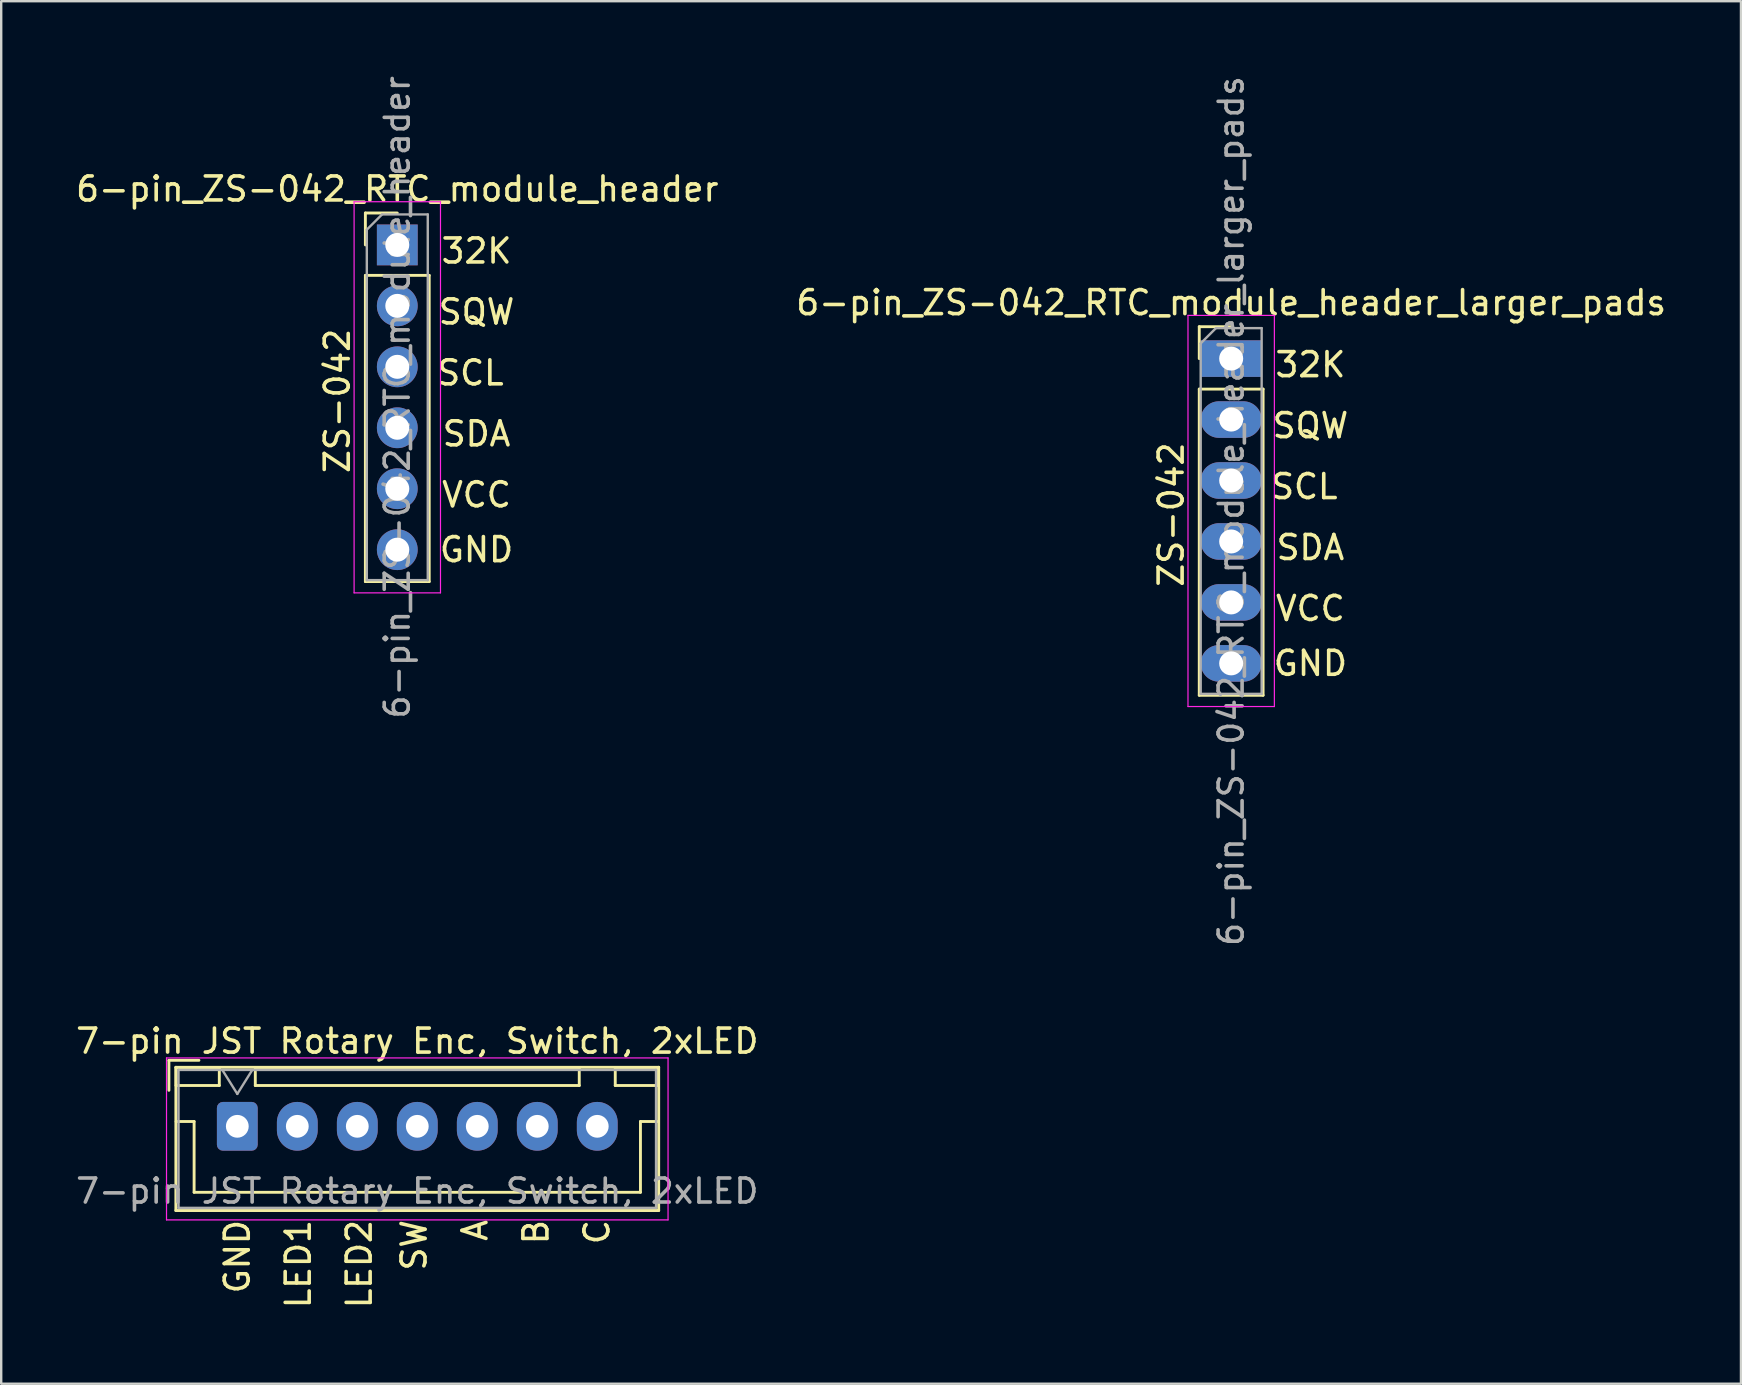
<source format=kicad_pcb>
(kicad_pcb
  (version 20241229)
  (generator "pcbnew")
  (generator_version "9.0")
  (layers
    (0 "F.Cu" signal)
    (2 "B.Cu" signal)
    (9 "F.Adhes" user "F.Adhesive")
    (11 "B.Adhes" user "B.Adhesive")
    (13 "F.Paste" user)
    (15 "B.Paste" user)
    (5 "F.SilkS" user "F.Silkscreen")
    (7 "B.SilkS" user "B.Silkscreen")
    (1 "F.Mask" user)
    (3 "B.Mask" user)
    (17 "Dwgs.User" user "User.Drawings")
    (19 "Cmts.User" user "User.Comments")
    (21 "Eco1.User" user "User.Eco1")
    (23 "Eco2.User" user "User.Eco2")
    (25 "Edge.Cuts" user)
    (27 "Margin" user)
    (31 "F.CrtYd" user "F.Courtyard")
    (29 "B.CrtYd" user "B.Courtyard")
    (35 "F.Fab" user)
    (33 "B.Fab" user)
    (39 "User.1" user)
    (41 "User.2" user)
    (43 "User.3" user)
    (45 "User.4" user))
  (footprint "7-pin JST Rotary Enc, Switch, 2xLED"
    (layer "F.Cu")
    (at 6.839 43.886)
    (property "Reference" "7-pin JST Rotary Enc, Switch, 2xLED" (at 7.5 -3.55 0) (layer "F.SilkS") (effects (font (size 1 1) (thickness 0.15))))
    (attr through_hole)
    (fp_line (start -2.85 -2.75) (end -2.85 -1.5) (stroke (width 0.12) (type solid)) (layer "F.SilkS"))
    (fp_line (start -2.56 -2.46) (end -2.56 3.51) (stroke (width 0.12) (type solid)) (layer "F.SilkS"))
    (fp_line (start -2.56 3.51) (end 17.56 3.51) (stroke (width 0.12) (type solid)) (layer "F.SilkS"))
    (fp_line (start -2.55 -2.45) (end -2.55 -1.7) (stroke (width 0.12) (type solid)) (layer "F.SilkS"))
    (fp_line (start -2.55 -1.7) (end -0.75 -1.7) (stroke (width 0.12) (type solid)) (layer "F.SilkS"))
    (fp_line (start -2.55 -0.2) (end -1.8 -0.2) (stroke (width 0.12) (type solid)) (layer "F.SilkS"))
    (fp_line (start -1.8 -0.2) (end -1.8 2.75) (stroke (width 0.12) (type solid)) (layer "F.SilkS"))
    (fp_line (start -1.8 2.75) (end 7.5 2.75) (stroke (width 0.12) (type solid)) (layer "F.SilkS"))
    (fp_line (start -1.6 -2.75) (end -2.85 -2.75) (stroke (width 0.12) (type solid)) (layer "F.SilkS"))
    (fp_line (start -0.75 -2.45) (end -2.55 -2.45) (stroke (width 0.12) (type solid)) (layer "F.SilkS"))
    (fp_line (start -0.75 -1.7) (end -0.75 -2.45) (stroke (width 0.12) (type solid)) (layer "F.SilkS"))
    (fp_line (start 0.75 -2.45) (end 0.75 -1.7) (stroke (width 0.12) (type solid)) (layer "F.SilkS"))
    (fp_line (start 0.75 -1.7) (end 14.25 -1.7) (stroke (width 0.12) (type solid)) (layer "F.SilkS"))
    (fp_line (start 14.25 -2.45) (end 0.75 -2.45) (stroke (width 0.12) (type solid)) (layer "F.SilkS"))
    (fp_line (start 14.25 -1.7) (end 14.25 -2.45) (stroke (width 0.12) (type solid)) (layer "F.SilkS"))
    (fp_line (start 15.75 -2.45) (end 15.75 -1.7) (stroke (width 0.12) (type solid)) (layer "F.SilkS"))
    (fp_line (start 15.75 -1.7) (end 17.55 -1.7) (stroke (width 0.12) (type solid)) (layer "F.SilkS"))
    (fp_line (start 16.8 -0.2) (end 16.8 2.75) (stroke (width 0.12) (type solid)) (layer "F.SilkS"))
    (fp_line (start 16.8 2.75) (end 7.5 2.75) (stroke (width 0.12) (type solid)) (layer "F.SilkS"))
    (fp_line (start 17.55 -2.45) (end 15.75 -2.45) (stroke (width 0.12) (type solid)) (layer "F.SilkS"))
    (fp_line (start 17.55 -1.7) (end 17.55 -2.45) (stroke (width 0.12) (type solid)) (layer "F.SilkS"))
    (fp_line (start 17.55 -0.2) (end 16.8 -0.2) (stroke (width 0.12) (type solid)) (layer "F.SilkS"))
    (fp_line (start 17.56 -2.46) (end -2.56 -2.46) (stroke (width 0.12) (type solid)) (layer "F.SilkS"))
    (fp_line (start 17.56 3.51) (end 17.56 -2.46) (stroke (width 0.12) (type solid)) (layer "F.SilkS"))
    (fp_line (start -2.95 -2.85) (end -2.95 3.9) (stroke (width 0.05) (type solid)) (layer "F.CrtYd"))
    (fp_line (start -2.95 3.9) (end 17.95 3.9) (stroke (width 0.05) (type solid)) (layer "F.CrtYd"))
    (fp_line (start 17.95 -2.85) (end -2.95 -2.85) (stroke (width 0.05) (type solid)) (layer "F.CrtYd"))
    (fp_line (start 17.95 3.9) (end 17.95 -2.85) (stroke (width 0.05) (type solid)) (layer "F.CrtYd"))
    (fp_line (start -2.45 -2.35) (end -2.45 3.4) (stroke (width 0.1) (type solid)) (layer "F.Fab"))
    (fp_line (start -2.45 3.4) (end 17.45 3.4) (stroke (width 0.1) (type solid)) (layer "F.Fab"))
    (fp_line (start -0.625 -2.35) (end 0 -1.35) (stroke (width 0.1) (type solid)) (layer "F.Fab"))
    (fp_line (start 0 -1.35) (end 0.625 -2.35) (stroke (width 0.1) (type solid)) (layer "F.Fab"))
    (fp_line (start 17.45 -2.35) (end -2.45 -2.35) (stroke (width 0.1) (type solid)) (layer "F.Fab"))
    (fp_line (start 17.45 3.4) (end 17.45 -2.35) (stroke (width 0.1) (type solid)) (layer "F.Fab"))
    (fp_text user "SW" (at 7.366 3.81 90) (unlocked yes) (layer "F.SilkS") (effects (font (size 1 1) (thickness 0.15)) (justify right)))
    (fp_text user "C" (at 14.986 3.81 90) (unlocked yes) (layer "F.SilkS") (effects (font (size 1 1) (thickness 0.15)) (justify right)))
    (fp_text user "A" (at 9.906 3.81 90) (unlocked yes) (layer "F.SilkS") (effects (font (size 1 1) (thickness 0.15)) (justify right)))
    (fp_text user "GND" (at 0 3.81 90) (unlocked yes) (layer "F.SilkS") (effects (font (size 1 1) (thickness 0.15)) (justify right)))
    (fp_text user "B" (at 12.446 3.81 90) (unlocked yes) (layer "F.SilkS") (effects (font (size 1 1) (thickness 0.15)) (justify right)))
    (fp_text user "LED2" (at 5.08 3.81 90) (unlocked yes) (layer "F.SilkS") (effects (font (size 1 1) (thickness 0.15)) (justify right)))
    (fp_text user "LED1" (at 2.54 3.81 90) (unlocked yes) (layer "F.SilkS") (effects (font (size 1 1) (thickness 0.15)) (justify right)))
    (fp_text user "${REFERENCE}" (at 7.5 2.7 0) (layer "F.Fab") (effects (font (size 1 1) (thickness 0.15))))
    (pad "1" thru_hole roundrect (at 0 0) (size 1.7 2.032) (drill 0.95) (layers "*.Cu" "*.Mask") (roundrect_rratio 0.147))
    (pad "2" thru_hole oval (at 2.5 0) (size 1.7 2.032) (drill 0.95) (layers "*.Cu" "*.Mask"))
    (pad "3" thru_hole oval (at 5 0) (size 1.7 2.032) (drill 0.95) (layers "*.Cu" "*.Mask"))
    (pad "4" thru_hole oval (at 7.5 0) (size 1.7 2.032) (drill 0.95) (layers "*.Cu" "*.Mask"))
    (pad "A" thru_hole oval (at 10 0) (size 1.7 2.032) (drill 0.95) (layers "*.Cu" "*.Mask"))
    (pad "B" thru_hole oval (at 12.5 0) (size 1.7 2.032) (drill 0.95) (layers "*.Cu" "*.Mask"))
    (pad "C" thru_hole oval (at 15 0) (size 1.7 2.032) (drill 0.95) (layers "*.Cu" "*.Mask")))
  (footprint "6-pin_ZS-042_RTC_module_header"
    (layer "F.Cu")
    (at 13.506 7.156)
    (property "Reference" "6-pin_ZS-042_RTC_module_header" (at 0 -2.33 0) (layer "F.SilkS") (effects (font (size 1 1) (thickness 0.15))))
    (attr through_hole)
    (fp_line (start -1.33 -1.33) (end 0 -1.33) (stroke (width 0.12) (type solid)) (layer "F.SilkS"))
    (fp_line (start -1.33 0) (end -1.33 -1.33) (stroke (width 0.12) (type solid)) (layer "F.SilkS"))
    (fp_line (start -1.33 1.27) (end -1.33 14.03) (stroke (width 0.12) (type solid)) (layer "F.SilkS"))
    (fp_line (start -1.33 1.27) (end 1.33 1.27) (stroke (width 0.12) (type solid)) (layer "F.SilkS"))
    (fp_line (start -1.33 14.03) (end 1.33 14.03) (stroke (width 0.12) (type solid)) (layer "F.SilkS"))
    (fp_line (start 1.33 1.27) (end 1.33 14.03) (stroke (width 0.12) (type solid)) (layer "F.SilkS"))
    (fp_line (start -1.8 -1.8) (end -1.8 14.5) (stroke (width 0.05) (type solid)) (layer "F.CrtYd"))
    (fp_line (start -1.8 14.5) (end 1.8 14.5) (stroke (width 0.05) (type solid)) (layer "F.CrtYd"))
    (fp_line (start 1.8 -1.8) (end -1.8 -1.8) (stroke (width 0.05) (type solid)) (layer "F.CrtYd"))
    (fp_line (start 1.8 14.5) (end 1.8 -1.8) (stroke (width 0.05) (type solid)) (layer "F.CrtYd"))
    (fp_line (start -1.27 -0.635) (end -0.635 -1.27) (stroke (width 0.1) (type solid)) (layer "F.Fab"))
    (fp_line (start -1.27 13.97) (end -1.27 -0.635) (stroke (width 0.1) (type solid)) (layer "F.Fab"))
    (fp_line (start -0.635 -1.27) (end 1.27 -1.27) (stroke (width 0.1) (type solid)) (layer "F.Fab"))
    (fp_line (start 1.27 -1.27) (end 1.27 13.97) (stroke (width 0.1) (type solid)) (layer "F.Fab"))
    (fp_line (start 1.27 13.97) (end -1.27 13.97) (stroke (width 0.1) (type solid)) (layer "F.Fab"))
    (fp_text user "SDA" (at 3.302 7.874 0) (layer "F.SilkS") (effects (font (size 1 1) (thickness 0.15))))
    (fp_text user "GND" (at 3.302 12.7 0) (layer "F.SilkS") (effects (font (size 1 1) (thickness 0.15))))
    (fp_text user "VCC" (at 3.302 10.414 0) (layer "F.SilkS") (effects (font (size 1 1) (thickness 0.15))))
    (fp_text user "SCL" (at 3.048 5.334 0) (layer "F.SilkS") (effects (font (size 1 1) (thickness 0.15))))
    (fp_text user "ZS-042" (at -2.5 6.5 90) (layer "F.SilkS") (effects (font (size 1 1) (thickness 0.15))))
    (fp_text user "32K" (at 3.302 0.254 0) (layer "F.SilkS") (effects (font (size 1 1) (thickness 0.15))))
    (fp_text user "SQW" (at 3.302 2.794 0) (layer "F.SilkS") (effects (font (size 1 1) (thickness 0.15))))
    (fp_text user "${REFERENCE}" (at 0 6.35 90) (layer "F.Fab") (effects (font (size 1 1) (thickness 0.15))))
    (pad "1" thru_hole oval (at 0 5.08) (size 1.7 1.7) (drill 1) (layers "*.Cu" "*.Mask"))
    (pad "2" thru_hole oval (at 0 7.62) (size 1.7 1.7) (drill 1) (layers "*.Cu" "*.Mask"))
    (pad "3" thru_hole oval (at 0 10.16) (size 1.7 1.7) (drill 1) (layers "*.Cu" "*.Mask"))
    (pad "4" thru_hole oval (at 0 12.7) (size 1.7 1.7) (drill 1) (layers "*.Cu" "*.Mask"))
    (pad "5" thru_hole rect (at 0 0) (size 1.7 1.7) (drill 1) (layers "*.Cu" "*.Mask"))
    (pad "6" thru_hole oval (at 0 2.54) (size 1.7 1.7) (drill 1) (layers "*.Cu" "*.Mask")))
  (footprint "6-pin_ZS-042_RTC_module_header_larger_pads"
    (layer "F.Cu")
    (at 48.256 11.894)
    (property "Reference" "6-pin_ZS-042_RTC_module_header_larger_pads" (at 0 -2.33 0) (layer "F.SilkS") (effects (font (size 1 1) (thickness 0.15))))
    (attr through_hole)
    (fp_line (start -1.33 -1.33) (end 0 -1.33) (stroke (width 0.12) (type solid)) (layer "F.SilkS"))
    (fp_line (start -1.33 0) (end -1.33 -1.33) (stroke (width 0.12) (type solid)) (layer "F.SilkS"))
    (fp_line (start -1.33 1.27) (end -1.33 14.03) (stroke (width 0.12) (type solid)) (layer "F.SilkS"))
    (fp_line (start -1.33 1.27) (end 1.33 1.27) (stroke (width 0.12) (type solid)) (layer "F.SilkS"))
    (fp_line (start -1.33 14.03) (end 1.33 14.03) (stroke (width 0.12) (type solid)) (layer "F.SilkS"))
    (fp_line (start 1.33 1.27) (end 1.33 14.03) (stroke (width 0.12) (type solid)) (layer "F.SilkS"))
    (fp_line (start -1.8 -1.8) (end -1.8 14.5) (stroke (width 0.05) (type solid)) (layer "F.CrtYd"))
    (fp_line (start -1.8 14.5) (end 1.8 14.5) (stroke (width 0.05) (type solid)) (layer "F.CrtYd"))
    (fp_line (start 1.8 -1.8) (end -1.8 -1.8) (stroke (width 0.05) (type solid)) (layer "F.CrtYd"))
    (fp_line (start 1.8 14.5) (end 1.8 -1.8) (stroke (width 0.05) (type solid)) (layer "F.CrtYd"))
    (fp_line (start -1.27 -0.635) (end -0.635 -1.27) (stroke (width 0.1) (type solid)) (layer "F.Fab"))
    (fp_line (start -1.27 13.97) (end -1.27 -0.635) (stroke (width 0.1) (type solid)) (layer "F.Fab"))
    (fp_line (start -0.635 -1.27) (end 1.27 -1.27) (stroke (width 0.1) (type solid)) (layer "F.Fab"))
    (fp_line (start 1.27 -1.27) (end 1.27 13.97) (stroke (width 0.1) (type solid)) (layer "F.Fab"))
    (fp_line (start 1.27 13.97) (end -1.27 13.97) (stroke (width 0.1) (type solid)) (layer "F.Fab"))
    (fp_text user "VCC" (at 3.302 10.414 0) (layer "F.SilkS") (effects (font (size 1 1) (thickness 0.15))))
    (fp_text user "32K" (at 3.302 0.254 0) (layer "F.SilkS") (effects (font (size 1 1) (thickness 0.15))))
    (fp_text user "SQW" (at 3.302 2.794 0) (layer "F.SilkS") (effects (font (size 1 1) (thickness 0.15))))
    (fp_text user "ZS-042" (at -2.5 6.5 90) (layer "F.SilkS") (effects (font (size 1 1) (thickness 0.15))))
    (fp_text user "SDA" (at 3.302 7.874 0) (layer "F.SilkS") (effects (font (size 1 1) (thickness 0.15))))
    (fp_text user "GND" (at 3.302 12.7 0) (layer "F.SilkS") (effects (font (size 1 1) (thickness 0.15))))
    (fp_text user "SCL" (at 3.048 5.334 0) (layer "F.SilkS") (effects (font (size 1 1) (thickness 0.15))))
    (fp_text user "${REFERENCE}" (at 0 6.35 90) (layer "F.Fab") (effects (font (size 1 1) (thickness 0.15))))
    (pad "1" thru_hole oval (at 0 5.08) (size 2.54 1.524) (drill 1) (layers "*.Cu" "*.Mask"))
    (pad "2" thru_hole oval (at 0 7.62) (size 2.54 1.524) (drill 1) (layers "*.Cu" "*.Mask"))
    (pad "3" thru_hole oval (at 0 10.16) (size 2.54 1.524) (drill 1) (layers "*.Cu" "*.Mask"))
    (pad "4" thru_hole oval (at 0 12.7) (size 2.54 1.524) (drill 1) (layers "*.Cu" "*.Mask"))
    (pad "5" thru_hole rect (at 0 0) (size 2.54 1.524) (drill 1) (layers "*.Cu" "*.Mask"))
    (pad "6" thru_hole oval (at 0 2.54) (size 2.54 1.524) (drill 1) (layers "*.Cu" "*.Mask")))
  (gr_rect
    (start -3 -3)
    (end 69.5 54.613)
    (stroke (width 0.1) (type default))
    (fill no)
    (layer "Edge.Cuts")))
</source>
